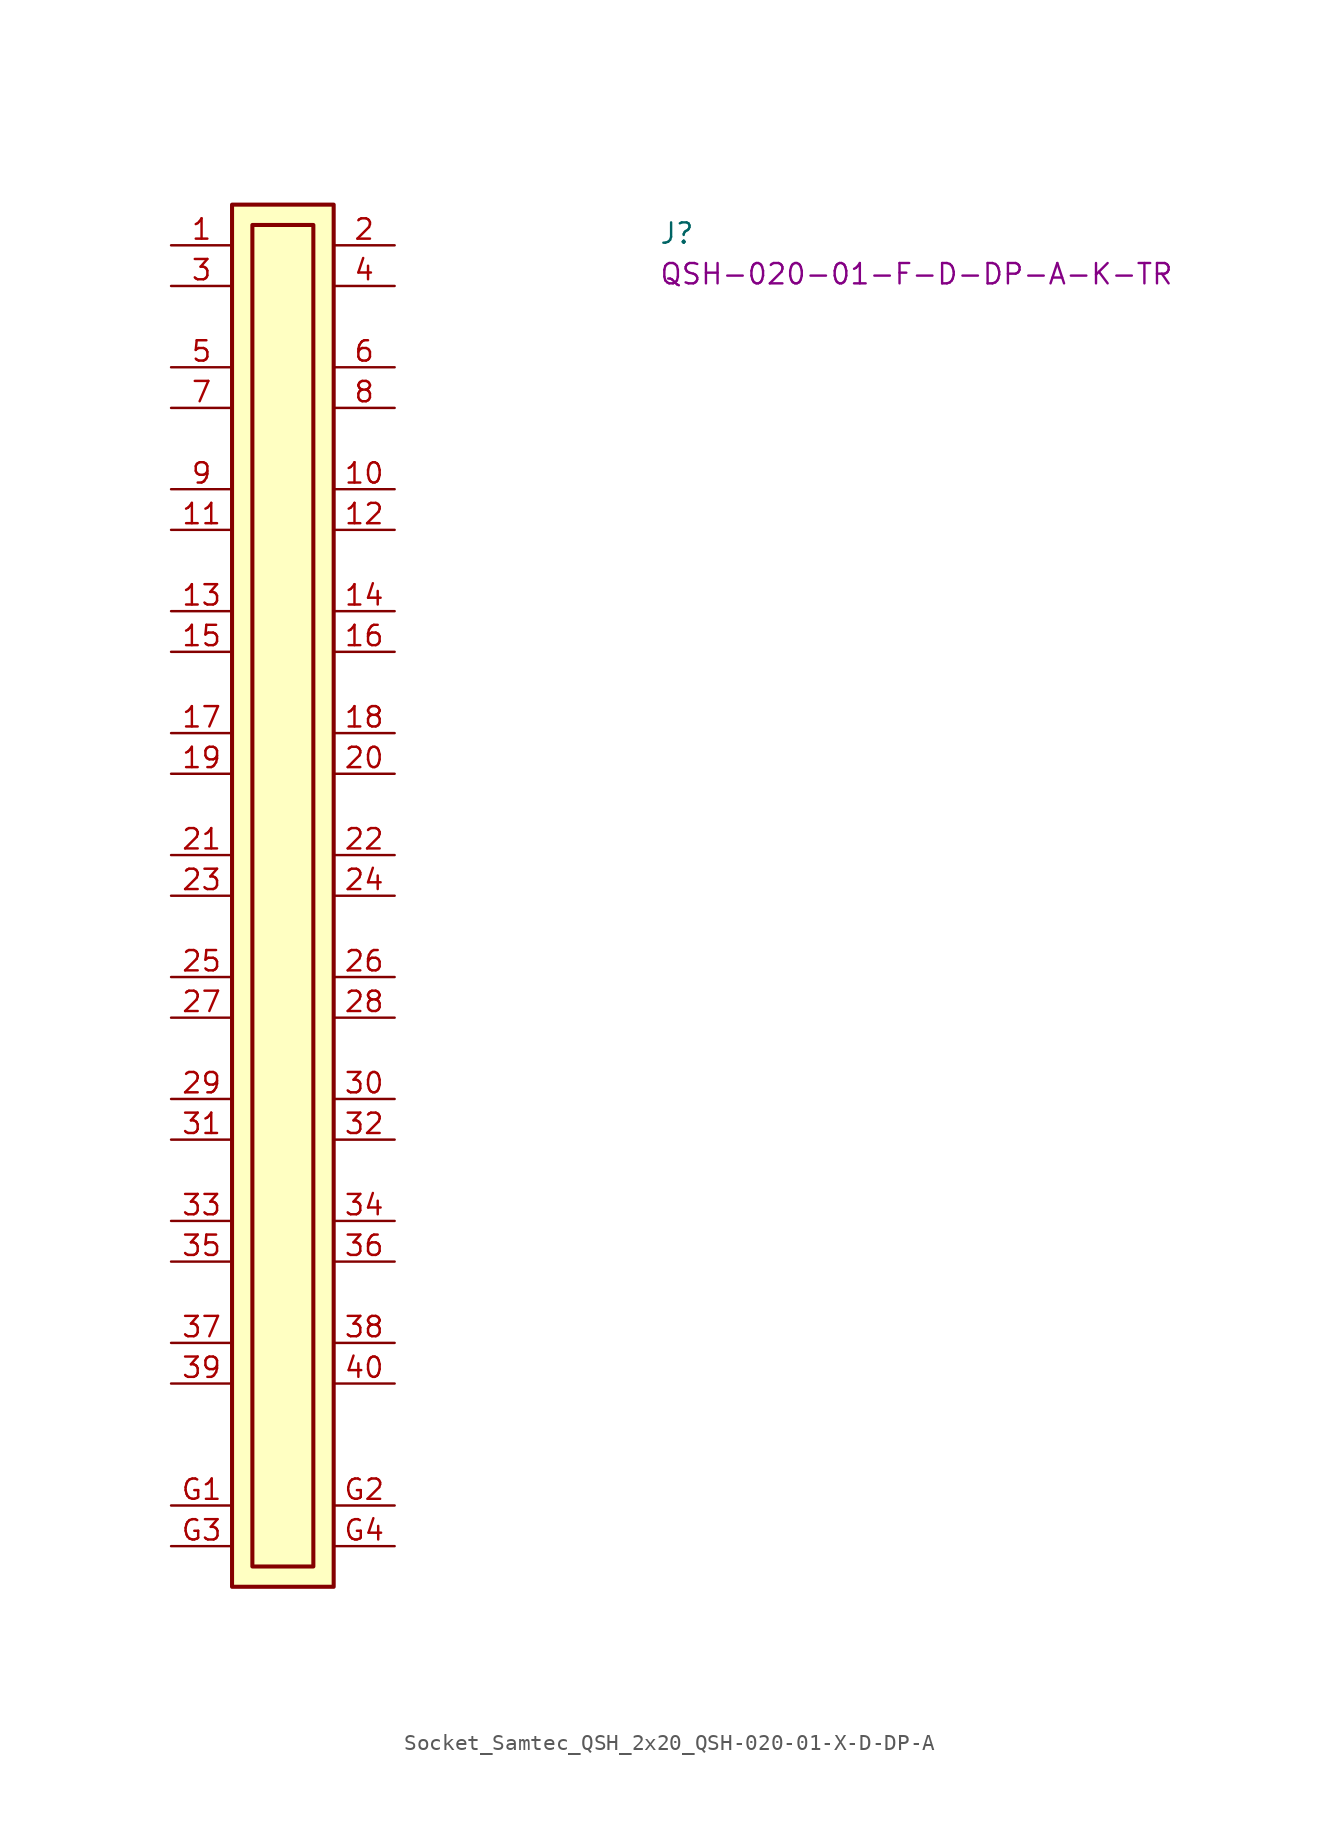
<source format=kicad_sym>
(kicad_symbol_lib
  (version 20220914)
  (generator kicad_symbol_editor)
  (symbol "Socket_Samtec_QSH_2x20_QSH-020-01-X-D-DP-A"
    (pin_names hide)
    (property "Reference" "J"
      (at 30.48 0 0)
      (effects (font (size 1.27 1.27) (thickness 0.15)) (justify left bottom)))
    (property "MPN" "QSH-020-01-F-D-DP-A-K-TR"
      (at 30.48 -2.54 0)
      (effects (font (size 1.27 1.27) (thickness 0.15)) (justify left bottom)))
    (symbol "Socket_Samtec_QSH_2x20_QSH-020-01-X-D-DP-A_1_1"
      (rectangle (start 3.81 2.54) (end 10.16 -83.82) (stroke (width 0.254) (type default)) (fill (type background)))
      (rectangle (start 5.08 1.27) (end 8.89 -82.55) (stroke (width 0.254) (type default)) (fill (type background)))
      (pin passive line (at 0 0 0) (length 3.81) (name "~" (effects (font (size 1.27 1.27)))) (number "1" (effects (font (size 1.27 1.27)))))
      (pin passive line (at 13.97 -15.24 180) (length 3.81) (name "~" (effects (font (size 1.27 1.27)))) (number "10" (effects (font (size 1.27 1.27)))))
      (pin passive line (at 0 -17.78 0) (length 3.81) (name "~" (effects (font (size 1.27 1.27)))) (number "11" (effects (font (size 1.27 1.27)))))
      (pin passive line (at 13.97 -17.78 180) (length 3.81) (name "~" (effects (font (size 1.27 1.27)))) (number "12" (effects (font (size 1.27 1.27)))))
      (pin passive line (at 0 -22.86 0) (length 3.81) (name "~" (effects (font (size 1.27 1.27)))) (number "13" (effects (font (size 1.27 1.27)))))
      (pin passive line (at 13.97 -22.86 180) (length 3.81) (name "~" (effects (font (size 1.27 1.27)))) (number "14" (effects (font (size 1.27 1.27)))))
      (pin passive line (at 0 -25.4 0) (length 3.81) (name "~" (effects (font (size 1.27 1.27)))) (number "15" (effects (font (size 1.27 1.27)))))
      (pin passive line (at 13.97 -25.4 180) (length 3.81) (name "~" (effects (font (size 1.27 1.27)))) (number "16" (effects (font (size 1.27 1.27)))))
      (pin passive line (at 0 -30.48 0) (length 3.81) (name "~" (effects (font (size 1.27 1.27)))) (number "17" (effects (font (size 1.27 1.27)))))
      (pin passive line (at 13.97 -30.48 180) (length 3.81) (name "~" (effects (font (size 1.27 1.27)))) (number "18" (effects (font (size 1.27 1.27)))))
      (pin passive line (at 0 -33.02 0) (length 3.81) (name "~" (effects (font (size 1.27 1.27)))) (number "19" (effects (font (size 1.27 1.27)))))
      (pin passive line (at 13.97 0 180) (length 3.81) (name "~" (effects (font (size 1.27 1.27)))) (number "2" (effects (font (size 1.27 1.27)))))
      (pin passive line (at 13.97 -33.02 180) (length 3.81) (name "~" (effects (font (size 1.27 1.27)))) (number "20" (effects (font (size 1.27 1.27)))))
      (pin passive line (at 0 -38.1 0) (length 3.81) (name "~" (effects (font (size 1.27 1.27)))) (number "21" (effects (font (size 1.27 1.27)))))
      (pin passive line (at 13.97 -38.1 180) (length 3.81) (name "~" (effects (font (size 1.27 1.27)))) (number "22" (effects (font (size 1.27 1.27)))))
      (pin passive line (at 0 -40.64 0) (length 3.81) (name "~" (effects (font (size 1.27 1.27)))) (number "23" (effects (font (size 1.27 1.27)))))
      (pin passive line (at 13.97 -40.64 180) (length 3.81) (name "~" (effects (font (size 1.27 1.27)))) (number "24" (effects (font (size 1.27 1.27)))))
      (pin passive line (at 0 -45.72 0) (length 3.81) (name "~" (effects (font (size 1.27 1.27)))) (number "25" (effects (font (size 1.27 1.27)))))
      (pin passive line (at 13.97 -45.72 180) (length 3.81) (name "~" (effects (font (size 1.27 1.27)))) (number "26" (effects (font (size 1.27 1.27)))))
      (pin passive line (at 0 -48.26 0) (length 3.81) (name "~" (effects (font (size 1.27 1.27)))) (number "27" (effects (font (size 1.27 1.27)))))
      (pin passive line (at 13.97 -48.26 180) (length 3.81) (name "~" (effects (font (size 1.27 1.27)))) (number "28" (effects (font (size 1.27 1.27)))))
      (pin passive line (at 0 -53.34 0) (length 3.81) (name "~" (effects (font (size 1.27 1.27)))) (number "29" (effects (font (size 1.27 1.27)))))
      (pin passive line (at 0 -2.54 0) (length 3.81) (name "~" (effects (font (size 1.27 1.27)))) (number "3" (effects (font (size 1.27 1.27)))))
      (pin passive line (at 13.97 -53.34 180) (length 3.81) (name "~" (effects (font (size 1.27 1.27)))) (number "30" (effects (font (size 1.27 1.27)))))
      (pin passive line (at 0 -55.88 0) (length 3.81) (name "~" (effects (font (size 1.27 1.27)))) (number "31" (effects (font (size 1.27 1.27)))))
      (pin passive line (at 13.97 -55.88 180) (length 3.81) (name "~" (effects (font (size 1.27 1.27)))) (number "32" (effects (font (size 1.27 1.27)))))
      (pin passive line (at 0 -60.96 0) (length 3.81) (name "~" (effects (font (size 1.27 1.27)))) (number "33" (effects (font (size 1.27 1.27)))))
      (pin passive line (at 13.97 -60.96 180) (length 3.81) (name "~" (effects (font (size 1.27 1.27)))) (number "34" (effects (font (size 1.27 1.27)))))
      (pin passive line (at 0 -63.5 0) (length 3.81) (name "~" (effects (font (size 1.27 1.27)))) (number "35" (effects (font (size 1.27 1.27)))))
      (pin passive line (at 13.97 -63.5 180) (length 3.81) (name "~" (effects (font (size 1.27 1.27)))) (number "36" (effects (font (size 1.27 1.27)))))
      (pin passive line (at 0 -68.58 0) (length 3.81) (name "~" (effects (font (size 1.27 1.27)))) (number "37" (effects (font (size 1.27 1.27)))))
      (pin passive line (at 13.97 -68.58 180) (length 3.81) (name "~" (effects (font (size 1.27 1.27)))) (number "38" (effects (font (size 1.27 1.27)))))
      (pin passive line (at 0 -71.12 0) (length 3.81) (name "~" (effects (font (size 1.27 1.27)))) (number "39" (effects (font (size 1.27 1.27)))))
      (pin passive line (at 13.97 -2.54 180) (length 3.81) (name "~" (effects (font (size 1.27 1.27)))) (number "4" (effects (font (size 1.27 1.27)))))
      (pin passive line (at 13.97 -71.12 180) (length 3.81) (name "~" (effects (font (size 1.27 1.27)))) (number "40" (effects (font (size 1.27 1.27)))))
      (pin passive line (at 0 -7.62 0) (length 3.81) (name "~" (effects (font (size 1.27 1.27)))) (number "5" (effects (font (size 1.27 1.27)))))
      (pin passive line (at 13.97 -7.62 180) (length 3.81) (name "~" (effects (font (size 1.27 1.27)))) (number "6" (effects (font (size 1.27 1.27)))))
      (pin passive line (at 0 -10.16 0) (length 3.81) (name "~" (effects (font (size 1.27 1.27)))) (number "7" (effects (font (size 1.27 1.27)))))
      (pin passive line (at 13.97 -10.16 180) (length 3.81) (name "~" (effects (font (size 1.27 1.27)))) (number "8" (effects (font (size 1.27 1.27)))))
      (pin passive line (at 0 -15.24 0) (length 3.81) (name "~" (effects (font (size 1.27 1.27)))) (number "9" (effects (font (size 1.27 1.27)))))
      (pin passive line (at 0 -78.74 0) (length 3.81) (name "~" (effects (font (size 1.27 1.27)))) (number "G1" (effects (font (size 1.27 1.27)))))
      (pin passive line (at 13.97 -78.74 180) (length 3.81) (name "~" (effects (font (size 1.27 1.27)))) (number "G2" (effects (font (size 1.27 1.27)))))
      (pin passive line (at 0 -81.28 0) (length 3.81) (name "~" (effects (font (size 1.27 1.27)))) (number "G3" (effects (font (size 1.27 1.27)))))
      (pin passive line (at 13.97 -81.28 180) (length 3.81) (name "~" (effects (font (size 1.27 1.27)))) (number "G4" (effects (font (size 1.27 1.27))))))))
</source>
